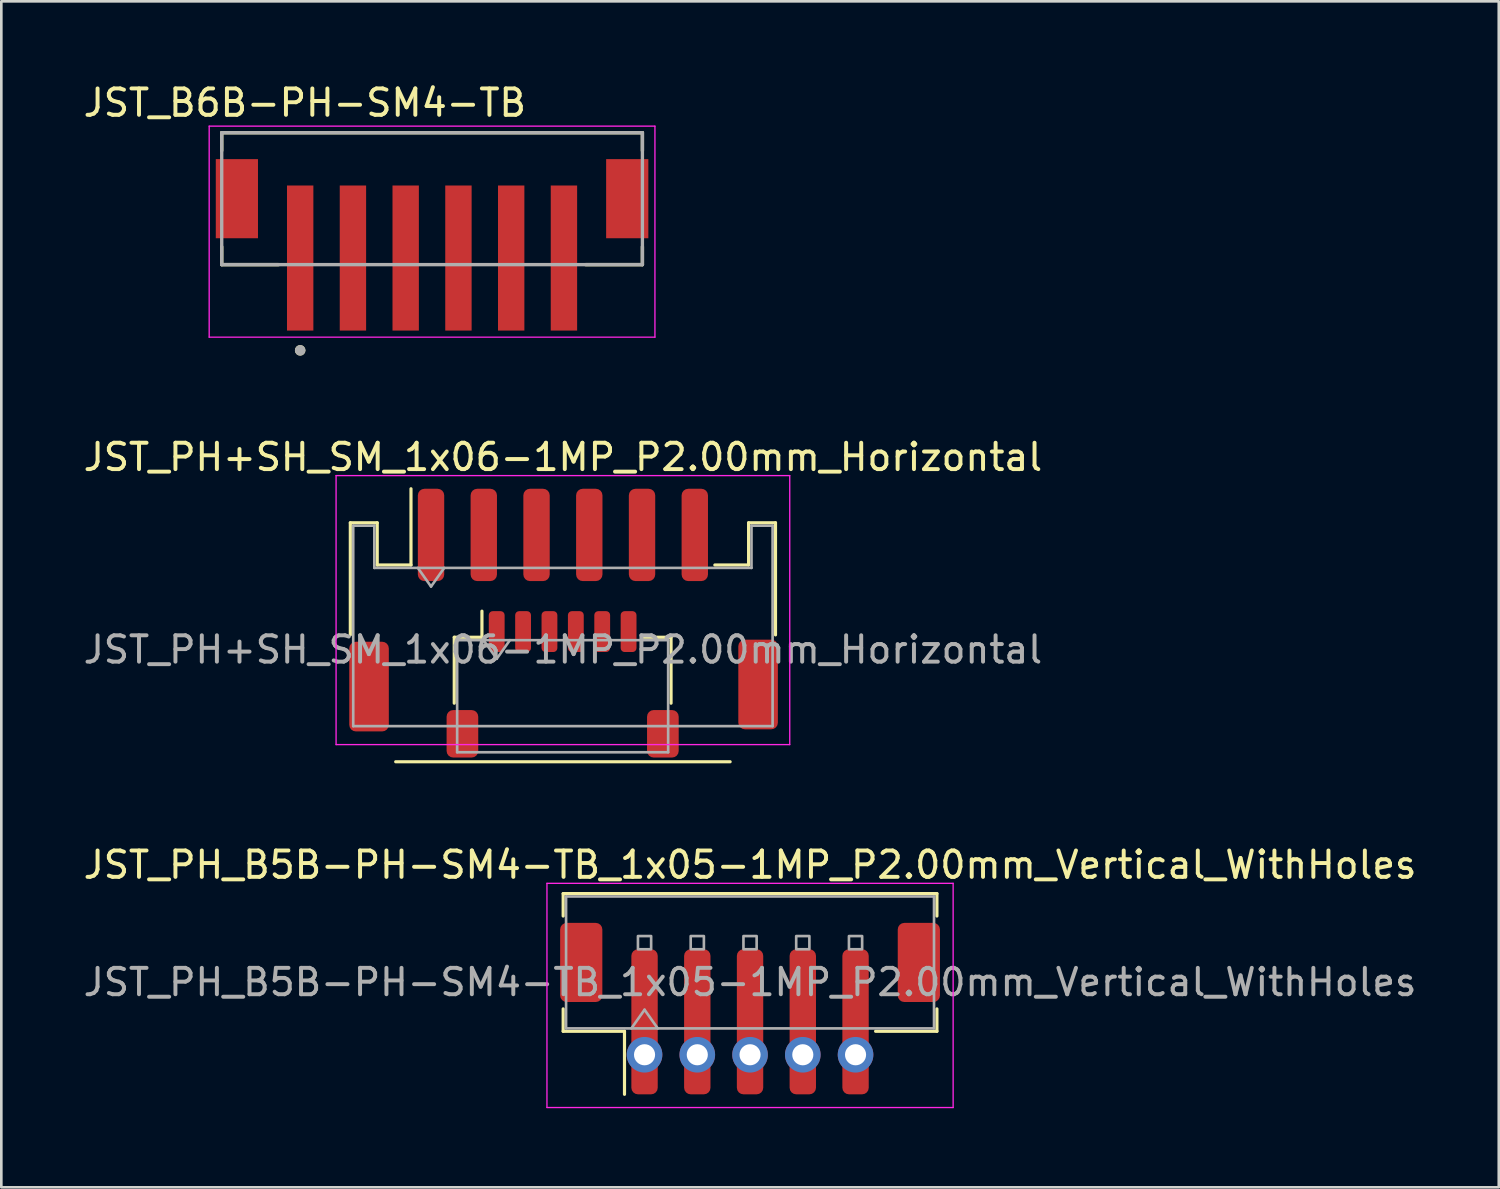
<source format=kicad_pcb>
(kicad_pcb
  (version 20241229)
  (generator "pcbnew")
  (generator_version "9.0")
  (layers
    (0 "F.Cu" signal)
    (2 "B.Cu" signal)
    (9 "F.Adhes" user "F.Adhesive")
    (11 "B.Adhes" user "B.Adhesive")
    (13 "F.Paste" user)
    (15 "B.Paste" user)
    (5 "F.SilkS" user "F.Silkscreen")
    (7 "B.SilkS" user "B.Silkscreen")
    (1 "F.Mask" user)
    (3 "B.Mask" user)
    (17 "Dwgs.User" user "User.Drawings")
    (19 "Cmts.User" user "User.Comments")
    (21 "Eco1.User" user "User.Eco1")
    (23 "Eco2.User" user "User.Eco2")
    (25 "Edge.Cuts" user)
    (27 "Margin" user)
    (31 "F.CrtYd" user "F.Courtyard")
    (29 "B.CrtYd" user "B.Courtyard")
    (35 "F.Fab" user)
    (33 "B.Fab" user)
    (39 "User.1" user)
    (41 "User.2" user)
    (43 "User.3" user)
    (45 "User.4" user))
  (footprint "JST_PH+SH_SM_1x06-1MP_P2.00mm_Horizontal"
    (layer "F.Cu")
    (at 18.292 20.081)
    (property "Reference" "JST_PH+SH_SM_1x06-1MP_P2.00mm_Horizontal" (at 0 -5.8 0) (layer "F.SilkS") (effects (font (size 1 1) (thickness 0.15))))
    (attr smd)
    (fp_line (start -8.06 -3.31) (end -7.04 -3.31) (stroke (width 0.12) (type solid)) (layer "F.SilkS"))
    (fp_line (start -8.06 0.94) (end -8.06 -3.31) (stroke (width 0.12) (type solid)) (layer "F.SilkS"))
    (fp_line (start -7.04 -3.31) (end -7.04 -1.71) (stroke (width 0.12) (type solid)) (layer "F.SilkS"))
    (fp_line (start -7.04 -1.71) (end -5.76 -1.71) (stroke (width 0.12) (type solid)) (layer "F.SilkS"))
    (fp_line (start -6.34 5.75) (end 6.34 5.75) (stroke (width 0.12) (type solid)) (layer "F.SilkS"))
    (fp_line (start -5.76 -1.71) (end -5.76 -4.6) (stroke (width 0.12) (type solid)) (layer "F.SilkS"))
    (fp_line (start -4.12 1.03) (end -3.07 1.03) (stroke (width 0.12) (type solid)) (layer "F.SilkS"))
    (fp_line (start -4.12 3.53) (end -4.12 1.03) (stroke (width 0.12) (type solid)) (layer "F.SilkS"))
    (fp_line (start -3.07 1.03) (end -3.07 0.04) (stroke (width 0.12) (type solid)) (layer "F.SilkS"))
    (fp_line (start 4.1 1.03) (end 3.05 1.03) (stroke (width 0.12) (type solid)) (layer "F.SilkS"))
    (fp_line (start 4.1 3.53) (end 4.1 1.03) (stroke (width 0.12) (type solid)) (layer "F.SilkS"))
    (fp_line (start 7.04 -3.31) (end 7.04 -1.71) (stroke (width 0.12) (type solid)) (layer "F.SilkS"))
    (fp_line (start 7.04 -1.71) (end 5.76 -1.71) (stroke (width 0.12) (type solid)) (layer "F.SilkS"))
    (fp_line (start 8.06 -3.31) (end 7.04 -3.31) (stroke (width 0.12) (type solid)) (layer "F.SilkS"))
    (fp_line (start 8.06 0.94) (end 8.06 -3.31) (stroke (width 0.12) (type solid)) (layer "F.SilkS"))
    (fp_line (start -8.6 -5.1) (end -8.6 5.1) (stroke (width 0.05) (type solid)) (layer "F.CrtYd"))
    (fp_line (start -8.6 5.1) (end 8.6 5.1) (stroke (width 0.05) (type solid)) (layer "F.CrtYd"))
    (fp_line (start 8.6 -5.1) (end -8.6 -5.1) (stroke (width 0.05) (type solid)) (layer "F.CrtYd"))
    (fp_line (start 8.6 5.1) (end 8.6 -5.1) (stroke (width 0.05) (type solid)) (layer "F.CrtYd"))
    (fp_line (start -7.95 -3.2) (end -7.95 4.4) (stroke (width 0.1) (type solid)) (layer "F.Fab"))
    (fp_line (start -7.95 -3.2) (end -7.15 -3.2) (stroke (width 0.1) (type solid)) (layer "F.Fab"))
    (fp_line (start -7.95 4.4) (end 7.95 4.4) (stroke (width 0.1) (type solid)) (layer "F.Fab"))
    (fp_line (start -7.15 -3.2) (end -7.15 -1.6) (stroke (width 0.1) (type solid)) (layer "F.Fab"))
    (fp_line (start -7.15 -1.6) (end 7.15 -1.6) (stroke (width 0.1) (type solid)) (layer "F.Fab"))
    (fp_line (start -5.5 -1.6) (end -5 -0.893) (stroke (width 0.1) (type solid)) (layer "F.Fab"))
    (fp_line (start -5 -0.893) (end -4.5 -1.6) (stroke (width 0.1) (type solid)) (layer "F.Fab"))
    (fp_line (start -4.01 1.14) (end -4.01 5.39) (stroke (width 0.1) (type solid)) (layer "F.Fab"))
    (fp_line (start -4.01 1.14) (end 3.99 1.14) (stroke (width 0.1) (type solid)) (layer "F.Fab"))
    (fp_line (start -4.01 5.39) (end 3.99 5.39) (stroke (width 0.1) (type solid)) (layer "F.Fab"))
    (fp_line (start -3.01 1.14) (end -2.51 1.847) (stroke (width 0.1) (type solid)) (layer "F.Fab"))
    (fp_line (start -2.51 1.847) (end -2.01 1.14) (stroke (width 0.1) (type solid)) (layer "F.Fab"))
    (fp_line (start 3.99 1.14) (end 3.99 5.39) (stroke (width 0.1) (type solid)) (layer "F.Fab"))
    (fp_line (start 7.15 -3.2) (end 7.95 -3.2) (stroke (width 0.1) (type solid)) (layer "F.Fab"))
    (fp_line (start 7.15 -1.6) (end 7.15 -3.2) (stroke (width 0.1) (type solid)) (layer "F.Fab"))
    (fp_line (start 7.95 -3.2) (end 7.95 4.4) (stroke (width 0.1) (type solid)) (layer "F.Fab"))
    (fp_text user "${REFERENCE}" (at 0 1.5 0) (layer "F.Fab") (effects (font (size 1 1) (thickness 0.15))))
    (pad "1" smd roundrect (at -5 -2.85) (size 1 3.5) (layers "F.Cu" "F.Mask" "F.Paste") (roundrect_rratio 0.25))
    (pad "1" smd roundrect (at -2.51 0.815) (size 0.6 1.55) (layers "F.Cu" "F.Mask" "F.Paste") (roundrect_rratio 0.25))
    (pad "2" smd roundrect (at -3 -2.85) (size 1 3.5) (layers "F.Cu" "F.Mask" "F.Paste") (roundrect_rratio 0.25))
    (pad "2" smd roundrect (at -1.51 0.815) (size 0.6 1.55) (layers "F.Cu" "F.Mask" "F.Paste") (roundrect_rratio 0.25))
    (pad "3" smd roundrect (at -1 -2.85) (size 1 3.5) (layers "F.Cu" "F.Mask" "F.Paste") (roundrect_rratio 0.25))
    (pad "3" smd roundrect (at -0.51 0.815) (size 0.6 1.55) (layers "F.Cu" "F.Mask" "F.Paste") (roundrect_rratio 0.25))
    (pad "4" smd roundrect (at 0.49 0.815) (size 0.6 1.55) (layers "F.Cu" "F.Mask" "F.Paste") (roundrect_rratio 0.25))
    (pad "4" smd roundrect (at 1 -2.85) (size 1 3.5) (layers "F.Cu" "F.Mask" "F.Paste") (roundrect_rratio 0.25))
    (pad "5" smd roundrect (at 1.49 0.815) (size 0.6 1.55) (layers "F.Cu" "F.Mask" "F.Paste") (roundrect_rratio 0.25))
    (pad "5" smd roundrect (at 3 -2.85) (size 1 3.5) (layers "F.Cu" "F.Mask" "F.Paste") (roundrect_rratio 0.25))
    (pad "6" smd roundrect (at 2.49 0.815) (size 0.6 1.55) (layers "F.Cu" "F.Mask" "F.Paste") (roundrect_rratio 0.25))
    (pad "6" smd roundrect (at 5 -2.85) (size 1 3.5) (layers "F.Cu" "F.Mask" "F.Paste") (roundrect_rratio 0.25))
    (pad "MP" smd roundrect (at -7.35 2.9) (size 1.5 3.4) (layers "F.Cu" "F.Mask" "F.Paste") (roundrect_rratio 0.167))
    (pad "MP" smd roundrect (at -3.81 4.69) (size 1.2 1.8) (layers "F.Cu" "F.Mask" "F.Paste") (roundrect_rratio 0.208))
    (pad "MP" smd roundrect (at 3.79 4.69) (size 1.2 1.8) (layers "F.Cu" "F.Mask" "F.Paste") (roundrect_rratio 0.208))
    (pad "MP" smd roundrect (at 7.4 2.82) (size 1.5 3.4) (layers "F.Cu" "F.Mask" "F.Paste") (roundrect_rratio 0.167)))
  (footprint "JST_B6B-PH-SM4-TB"
    (layer "F.Cu")
    (at 13.331 4.483)
    (property "Reference" "JST_B6B-PH-SM4-TB" (at -4.825 -3.635 0) (layer "F.SilkS") (effects (font (size 1 1) (thickness 0.15))))
    (attr smd)
    (fp_line (start -7.975 -2.5) (end 7.975 -2.5) (stroke (width 0.127) (type solid)) (layer "F.SilkS"))
    (fp_line (start -7.975 -1.82) (end -7.975 -2.5) (stroke (width 0.127) (type solid)) (layer "F.SilkS"))
    (fp_line (start -7.975 2.5) (end -7.975 1.82) (stroke (width 0.127) (type solid)) (layer "F.SilkS"))
    (fp_line (start -5.82 2.5) (end -7.975 2.5) (stroke (width 0.127) (type solid)) (layer "F.SilkS"))
    (fp_line (start 7.975 -2.5) (end 7.975 -1.82) (stroke (width 0.127) (type solid)) (layer "F.SilkS"))
    (fp_line (start 7.975 2.5) (end 5.82 2.5) (stroke (width 0.127) (type solid)) (layer "F.SilkS"))
    (fp_line (start 7.975 2.5) (end 7.975 1.82) (stroke (width 0.127) (type solid)) (layer "F.SilkS"))
    (fp_circle (center -5 5.75) (end -4.9 5.75) (stroke (width 0.2) (type solid)) (fill no) (layer "F.SilkS"))
    (fp_line (start -8.45 -2.75) (end -8.45 5.25) (stroke (width 0.05) (type solid)) (layer "F.CrtYd"))
    (fp_line (start -8.45 5.25) (end 8.45 5.25) (stroke (width 0.05) (type solid)) (layer "F.CrtYd"))
    (fp_line (start 8.45 -2.75) (end -8.45 -2.75) (stroke (width 0.05) (type solid)) (layer "F.CrtYd"))
    (fp_line (start 8.45 5.25) (end 8.45 -2.75) (stroke (width 0.05) (type solid)) (layer "F.CrtYd"))
    (fp_line (start -7.975 -2.5) (end 7.975 -2.5) (stroke (width 0.127) (type solid)) (layer "F.Fab"))
    (fp_line (start -7.975 2.5) (end -7.975 -2.5) (stroke (width 0.127) (type solid)) (layer "F.Fab"))
    (fp_line (start 7.975 -2.5) (end 7.975 2.5) (stroke (width 0.127) (type solid)) (layer "F.Fab"))
    (fp_line (start 7.975 2.5) (end -7.975 2.5) (stroke (width 0.127) (type solid)) (layer "F.Fab"))
    (fp_circle (center -5 5.75) (end -4.9 5.75) (stroke (width 0.2) (type solid)) (fill no) (layer "F.Fab"))
    (pad "1" smd rect (at -5 2.25) (size 1 5.5) (layers "F.Cu" "F.Mask" "F.Paste"))
    (pad "2" smd rect (at -3 2.25) (size 1 5.5) (layers "F.Cu" "F.Mask" "F.Paste"))
    (pad "3" smd rect (at -1 2.25) (size 1 5.5) (layers "F.Cu" "F.Mask" "F.Paste"))
    (pad "4" smd rect (at 1 2.25) (size 1 5.5) (layers "F.Cu" "F.Mask" "F.Paste"))
    (pad "5" smd rect (at 3 2.25) (size 1 5.5) (layers "F.Cu" "F.Mask" "F.Paste"))
    (pad "6" smd rect (at 5 2.25) (size 1 5.5) (layers "F.Cu" "F.Mask" "F.Paste"))
    (pad "SH1" smd rect (at -7.4 0) (size 1.6 3) (layers "F.Cu" "F.Mask" "F.Paste"))
    (pad "SH2" smd rect (at 7.4 0) (size 1.6 3) (layers "F.Cu" "F.Mask" "F.Paste")))
  (footprint "JST_PH_B5B-PH-SM4-TB_1x05-1MP_P2.00mm_Vertical_WithHoles"
    (layer "F.Cu")
    (at 25.387 35.19)
    (property "Reference" "JST_PH_B5B-PH-SM4-TB_1x05-1MP_P2.00mm_Vertical_WithHoles" (at 0 -5.45 0) (layer "F.SilkS") (effects (font (size 1 1) (thickness 0.15))))
    (fp_line (start -7.085 -4.36) (end 7.085 -4.36) (stroke (width 0.12) (type solid)) (layer "F.SilkS"))
    (fp_line (start -7.085 -3.51) (end -7.085 -4.36) (stroke (width 0.12) (type solid)) (layer "F.SilkS"))
    (fp_line (start -7.085 0.01) (end -7.085 0.86) (stroke (width 0.12) (type solid)) (layer "F.SilkS"))
    (fp_line (start -7.085 0.86) (end -4.76 0.86) (stroke (width 0.12) (type solid)) (layer "F.SilkS"))
    (fp_line (start -4.76 0.86) (end -4.76 3.25) (stroke (width 0.12) (type solid)) (layer "F.SilkS"))
    (fp_line (start 7.085 -4.36) (end 7.085 -3.51) (stroke (width 0.12) (type solid)) (layer "F.SilkS"))
    (fp_line (start 7.085 0.01) (end 7.085 0.86) (stroke (width 0.12) (type solid)) (layer "F.SilkS"))
    (fp_line (start 7.085 0.86) (end 4.76 0.86) (stroke (width 0.12) (type solid)) (layer "F.SilkS"))
    (fp_line (start -7.7 -4.75) (end -7.7 3.75) (stroke (width 0.05) (type solid)) (layer "F.CrtYd"))
    (fp_line (start -7.7 3.75) (end 7.7 3.75) (stroke (width 0.05) (type solid)) (layer "F.CrtYd"))
    (fp_line (start 7.7 -4.75) (end -7.7 -4.75) (stroke (width 0.05) (type solid)) (layer "F.CrtYd"))
    (fp_line (start 7.7 3.75) (end 7.7 -4.75) (stroke (width 0.05) (type solid)) (layer "F.CrtYd"))
    (fp_line (start -6.975 -4.25) (end 6.975 -4.25) (stroke (width 0.1) (type solid)) (layer "F.Fab"))
    (fp_line (start -6.975 0.75) (end -6.975 -4.25) (stroke (width 0.1) (type solid)) (layer "F.Fab"))
    (fp_line (start -6.975 0.75) (end 6.975 0.75) (stroke (width 0.1) (type solid)) (layer "F.Fab"))
    (fp_line (start -4.5 0.75) (end -4 0.043) (stroke (width 0.1) (type solid)) (layer "F.Fab"))
    (fp_line (start -4 0.043) (end -3.5 0.75) (stroke (width 0.1) (type solid)) (layer "F.Fab"))
    (fp_line (start 6.975 0.75) (end 6.975 -4.25) (stroke (width 0.1) (type solid)) (layer "F.Fab"))
    (fp_rect (start -4.25 -2.75) (end -3.75 -2.25) (stroke (width 0.1) (type solid)) (fill no) (layer "F.Fab"))
    (fp_rect (start -2.25 -2.75) (end -1.75 -2.25) (stroke (width 0.1) (type solid)) (fill no) (layer "F.Fab"))
    (fp_rect (start -0.25 -2.75) (end 0.25 -2.25) (stroke (width 0.1) (type solid)) (fill no) (layer "F.Fab"))
    (fp_rect (start 1.75 -2.75) (end 2.25 -2.25) (stroke (width 0.1) (type solid)) (fill no) (layer "F.Fab"))
    (fp_rect (start 3.75 -2.75) (end 4.25 -2.25) (stroke (width 0.1) (type solid)) (fill no) (layer "F.Fab"))
    (fp_text user "${REFERENCE}" (at 0 -1 0) (layer "F.Fab") (effects (font (size 1 1) (thickness 0.15))))
    (pad "1" smd roundrect (at -4 0.5) (size 1 5.5) (layers "F.Cu" "F.Mask" "F.Paste") (roundrect_rratio 0.25))
    (pad "1" thru_hole circle (at -4 1.75 90) (size 1.35 1.35) (drill 0.8) (layers "*.Cu" "*.Mask"))
    (pad "2" smd roundrect (at -2 0.5) (size 1 5.5) (layers "F.Cu" "F.Mask" "F.Paste") (roundrect_rratio 0.25))
    (pad "2" thru_hole circle (at -2 1.75 90) (size 1.35 1.35) (drill 0.8) (layers "*.Cu" "*.Mask"))
    (pad "3" smd roundrect (at 0 0.5) (size 1 5.5) (layers "F.Cu" "F.Mask" "F.Paste") (roundrect_rratio 0.25))
    (pad "3" thru_hole circle (at 0 1.75 90) (size 1.35 1.35) (drill 0.8) (layers "*.Cu" "*.Mask"))
    (pad "4" smd roundrect (at 2 0.5) (size 1 5.5) (layers "F.Cu" "F.Mask" "F.Paste") (roundrect_rratio 0.25))
    (pad "4" thru_hole circle (at 2 1.75 90) (size 1.35 1.35) (drill 0.8) (layers "*.Cu" "*.Mask"))
    (pad "5" smd roundrect (at 4 0.5) (size 1 5.5) (layers "F.Cu" "F.Mask" "F.Paste") (roundrect_rratio 0.25))
    (pad "5" thru_hole circle (at 4 1.75 90) (size 1.35 1.35) (drill 0.8) (layers "*.Cu" "*.Mask"))
    (pad "MP" smd roundrect (at -6.4 -1.75) (size 1.6 3) (layers "F.Cu" "F.Mask" "F.Paste") (roundrect_rratio 0.156))
    (pad "MP" smd roundrect (at 6.4 -1.75) (size 1.6 3) (layers "F.Cu" "F.Mask" "F.Paste") (roundrect_rratio 0.156)))
  (gr_rect
    (start -3 -3)
    (end 53.774 41.965)
    (stroke (width 0.1) (type default))
    (fill no)
    (layer "Edge.Cuts")))
</source>
